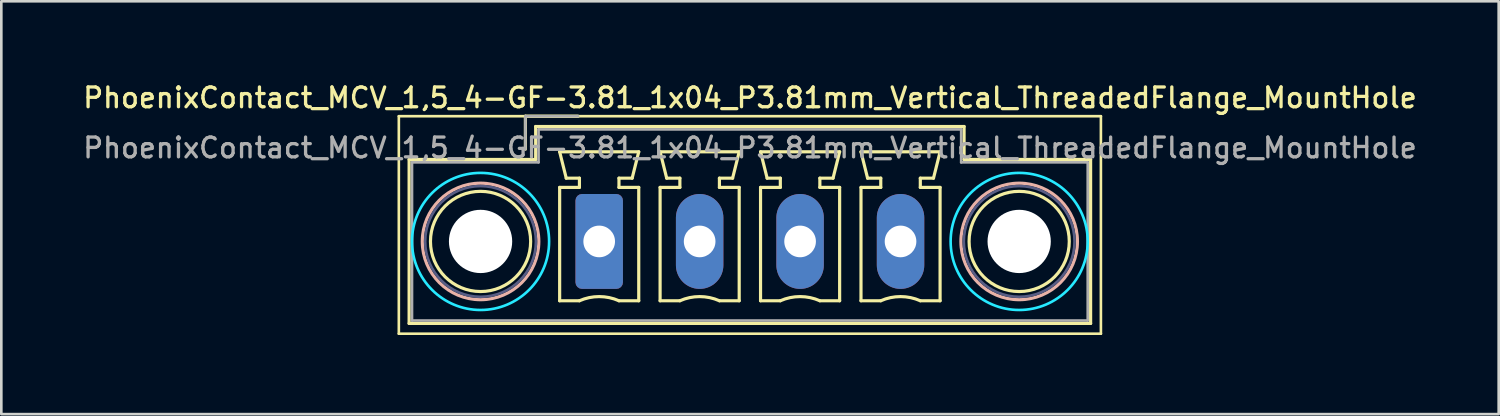
<source format=kicad_pcb>
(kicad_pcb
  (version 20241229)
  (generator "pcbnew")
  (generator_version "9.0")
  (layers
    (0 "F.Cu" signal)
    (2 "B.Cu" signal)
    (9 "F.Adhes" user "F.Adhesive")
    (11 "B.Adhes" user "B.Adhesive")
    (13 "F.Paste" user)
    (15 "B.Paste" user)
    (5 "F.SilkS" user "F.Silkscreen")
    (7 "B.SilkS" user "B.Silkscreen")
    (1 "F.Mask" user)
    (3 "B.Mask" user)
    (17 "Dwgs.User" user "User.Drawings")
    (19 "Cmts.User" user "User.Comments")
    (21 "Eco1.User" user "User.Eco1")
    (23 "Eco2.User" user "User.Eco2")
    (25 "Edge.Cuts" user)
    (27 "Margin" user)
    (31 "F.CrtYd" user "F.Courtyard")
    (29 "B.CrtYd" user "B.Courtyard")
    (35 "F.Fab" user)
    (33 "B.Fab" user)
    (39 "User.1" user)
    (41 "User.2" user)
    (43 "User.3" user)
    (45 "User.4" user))
  (footprint "PhoenixContact_MCV_1,5_4-GF-3.81_1x04_P3.81mm_Vertical_ThreadedFlange_MountHole"
    (layer "F.Cu")
    (at 19.678 6.108)
    (property "Reference" "PhoenixContact_MCV_1,5_4-GF-3.81_1x04_P3.81mm_Vertical_ThreadedFlange_MountHole" (at 5.72 -5.45 0) (layer "F.SilkS") (effects (font (size 0.75 0.75) (thickness 0.125))))
    (attr through_hole)
    (fp_line (start -7.6 -4.75) (end -7.6 3.5) (stroke (width 0.1) (type solid)) (layer "F.SilkS"))
    (fp_line (start -7.6 3.5) (end 19.03 3.5) (stroke (width 0.1) (type solid)) (layer "F.SilkS"))
    (fp_line (start -7.21 -3.11) (end -7.21 3.11) (stroke (width 0.12) (type solid)) (layer "F.SilkS"))
    (fp_line (start -7.21 3.11) (end 18.64 3.11) (stroke (width 0.12) (type solid)) (layer "F.SilkS"))
    (fp_line (start -2.8 -4.75) (end -0.8 -4.75) (stroke (width 0.12) (type solid)) (layer "F.SilkS"))
    (fp_line (start -2.8 -3.5) (end -2.8 -4.75) (stroke (width 0.12) (type solid)) (layer "F.SilkS"))
    (fp_line (start -2.41 -4.36) (end -2.41 -3.11) (stroke (width 0.12) (type solid)) (layer "F.SilkS"))
    (fp_line (start -2.41 -3.11) (end -7.21 -3.11) (stroke (width 0.12) (type solid)) (layer "F.SilkS"))
    (fp_line (start -1.5 -3.4) (end 1.5 -3.4) (stroke (width 0.12) (type solid)) (layer "F.SilkS"))
    (fp_line (start -1.5 -2.05) (end -0.75 -2.05) (stroke (width 0.12) (type solid)) (layer "F.SilkS"))
    (fp_line (start -1.5 2.25) (end -1.5 -2.05) (stroke (width 0.12) (type solid)) (layer "F.SilkS"))
    (fp_line (start -1.25 -2.4) (end -1.5 -3.4) (stroke (width 0.12) (type solid)) (layer "F.SilkS"))
    (fp_line (start -0.75 -2.4) (end -1.25 -2.4) (stroke (width 0.12) (type solid)) (layer "F.SilkS"))
    (fp_line (start -0.75 -2.05) (end -0.75 -2.4) (stroke (width 0.12) (type solid)) (layer "F.SilkS"))
    (fp_line (start -0.75 2.25) (end -1.5 2.25) (stroke (width 0.12) (type solid)) (layer "F.SilkS"))
    (fp_line (start 0.75 -2.4) (end 0.75 -2.05) (stroke (width 0.12) (type solid)) (layer "F.SilkS"))
    (fp_line (start 0.75 -2.05) (end 1.5 -2.05) (stroke (width 0.12) (type solid)) (layer "F.SilkS"))
    (fp_line (start 1.25 -2.4) (end 0.75 -2.4) (stroke (width 0.12) (type solid)) (layer "F.SilkS"))
    (fp_line (start 1.5 -3.4) (end 1.25 -2.4) (stroke (width 0.12) (type solid)) (layer "F.SilkS"))
    (fp_line (start 1.5 -2.05) (end 1.5 2.25) (stroke (width 0.12) (type solid)) (layer "F.SilkS"))
    (fp_line (start 1.5 2.25) (end 0.75 2.25) (stroke (width 0.12) (type solid)) (layer "F.SilkS"))
    (fp_line (start 2.31 -3.4) (end 5.31 -3.4) (stroke (width 0.12) (type solid)) (layer "F.SilkS"))
    (fp_line (start 2.31 -2.05) (end 3.06 -2.05) (stroke (width 0.12) (type solid)) (layer "F.SilkS"))
    (fp_line (start 2.31 2.25) (end 2.31 -2.05) (stroke (width 0.12) (type solid)) (layer "F.SilkS"))
    (fp_line (start 2.56 -2.4) (end 2.31 -3.4) (stroke (width 0.12) (type solid)) (layer "F.SilkS"))
    (fp_line (start 3.06 -2.4) (end 2.56 -2.4) (stroke (width 0.12) (type solid)) (layer "F.SilkS"))
    (fp_line (start 3.06 -2.05) (end 3.06 -2.4) (stroke (width 0.12) (type solid)) (layer "F.SilkS"))
    (fp_line (start 3.06 2.25) (end 2.31 2.25) (stroke (width 0.12) (type solid)) (layer "F.SilkS"))
    (fp_line (start 4.56 -2.4) (end 4.56 -2.05) (stroke (width 0.12) (type solid)) (layer "F.SilkS"))
    (fp_line (start 4.56 -2.05) (end 5.31 -2.05) (stroke (width 0.12) (type solid)) (layer "F.SilkS"))
    (fp_line (start 5.06 -2.4) (end 4.56 -2.4) (stroke (width 0.12) (type solid)) (layer "F.SilkS"))
    (fp_line (start 5.31 -3.4) (end 5.06 -2.4) (stroke (width 0.12) (type solid)) (layer "F.SilkS"))
    (fp_line (start 5.31 -2.05) (end 5.31 2.25) (stroke (width 0.12) (type solid)) (layer "F.SilkS"))
    (fp_line (start 5.31 2.25) (end 4.56 2.25) (stroke (width 0.12) (type solid)) (layer "F.SilkS"))
    (fp_line (start 6.12 -3.4) (end 9.12 -3.4) (stroke (width 0.12) (type solid)) (layer "F.SilkS"))
    (fp_line (start 6.12 -2.05) (end 6.87 -2.05) (stroke (width 0.12) (type solid)) (layer "F.SilkS"))
    (fp_line (start 6.12 2.25) (end 6.12 -2.05) (stroke (width 0.12) (type solid)) (layer "F.SilkS"))
    (fp_line (start 6.37 -2.4) (end 6.12 -3.4) (stroke (width 0.12) (type solid)) (layer "F.SilkS"))
    (fp_line (start 6.87 -2.4) (end 6.37 -2.4) (stroke (width 0.12) (type solid)) (layer "F.SilkS"))
    (fp_line (start 6.87 -2.05) (end 6.87 -2.4) (stroke (width 0.12) (type solid)) (layer "F.SilkS"))
    (fp_line (start 6.87 2.25) (end 6.12 2.25) (stroke (width 0.12) (type solid)) (layer "F.SilkS"))
    (fp_line (start 8.37 -2.4) (end 8.37 -2.05) (stroke (width 0.12) (type solid)) (layer "F.SilkS"))
    (fp_line (start 8.37 -2.05) (end 9.12 -2.05) (stroke (width 0.12) (type solid)) (layer "F.SilkS"))
    (fp_line (start 8.87 -2.4) (end 8.37 -2.4) (stroke (width 0.12) (type solid)) (layer "F.SilkS"))
    (fp_line (start 9.12 -3.4) (end 8.87 -2.4) (stroke (width 0.12) (type solid)) (layer "F.SilkS"))
    (fp_line (start 9.12 -2.05) (end 9.12 2.25) (stroke (width 0.12) (type solid)) (layer "F.SilkS"))
    (fp_line (start 9.12 2.25) (end 8.37 2.25) (stroke (width 0.12) (type solid)) (layer "F.SilkS"))
    (fp_line (start 9.93 -3.4) (end 12.93 -3.4) (stroke (width 0.12) (type solid)) (layer "F.SilkS"))
    (fp_line (start 9.93 -2.05) (end 10.68 -2.05) (stroke (width 0.12) (type solid)) (layer "F.SilkS"))
    (fp_line (start 9.93 2.25) (end 9.93 -2.05) (stroke (width 0.12) (type solid)) (layer "F.SilkS"))
    (fp_line (start 10.18 -2.4) (end 9.93 -3.4) (stroke (width 0.12) (type solid)) (layer "F.SilkS"))
    (fp_line (start 10.68 -2.4) (end 10.18 -2.4) (stroke (width 0.12) (type solid)) (layer "F.SilkS"))
    (fp_line (start 10.68 -2.05) (end 10.68 -2.4) (stroke (width 0.12) (type solid)) (layer "F.SilkS"))
    (fp_line (start 10.68 2.25) (end 9.93 2.25) (stroke (width 0.12) (type solid)) (layer "F.SilkS"))
    (fp_line (start 12.18 -2.4) (end 12.18 -2.05) (stroke (width 0.12) (type solid)) (layer "F.SilkS"))
    (fp_line (start 12.18 -2.05) (end 12.93 -2.05) (stroke (width 0.12) (type solid)) (layer "F.SilkS"))
    (fp_line (start 12.68 -2.4) (end 12.18 -2.4) (stroke (width 0.12) (type solid)) (layer "F.SilkS"))
    (fp_line (start 12.93 -3.4) (end 12.68 -2.4) (stroke (width 0.12) (type solid)) (layer "F.SilkS"))
    (fp_line (start 12.93 -2.05) (end 12.93 2.25) (stroke (width 0.12) (type solid)) (layer "F.SilkS"))
    (fp_line (start 12.93 2.25) (end 12.18 2.25) (stroke (width 0.12) (type solid)) (layer "F.SilkS"))
    (fp_line (start 13.84 -4.36) (end -2.41 -4.36) (stroke (width 0.12) (type solid)) (layer "F.SilkS"))
    (fp_line (start 13.84 -3.11) (end 13.84 -4.36) (stroke (width 0.12) (type solid)) (layer "F.SilkS"))
    (fp_line (start 18.64 -3.11) (end 13.84 -3.11) (stroke (width 0.12) (type solid)) (layer "F.SilkS"))
    (fp_line (start 18.64 3.11) (end 18.64 -3.11) (stroke (width 0.12) (type solid)) (layer "F.SilkS"))
    (fp_line (start 19.03 -4.75) (end -7.6 -4.75) (stroke (width 0.1) (type solid)) (layer "F.SilkS"))
    (fp_line (start 19.03 3.5) (end 19.03 -4.75) (stroke (width 0.1) (type solid)) (layer "F.SilkS"))
    (fp_arc (start -0.75 2.25) (mid -0.000193 2.09191) (end 0.749647 2.249844) (stroke (width 0.12) (type solid)) (layer "F.SilkS"))
    (fp_arc (start 3.06 2.25) (mid 3.809807 2.09191) (end 4.559647 2.249844) (stroke (width 0.12) (type solid)) (layer "F.SilkS"))
    (fp_arc (start 6.87 2.25) (mid 7.619807 2.09191) (end 8.369647 2.249844) (stroke (width 0.12) (type solid)) (layer "F.SilkS"))
    (fp_arc (start 10.68 2.25) (mid 11.429807 2.09191) (end 12.179647 2.249844) (stroke (width 0.12) (type solid)) (layer "F.SilkS"))
    (fp_circle (center -4.5 0) (end -2.6 0) (stroke (width 0.12) (type solid)) (fill no) (layer "F.SilkS"))
    (fp_circle (center 15.93 0) (end 17.83 0) (stroke (width 0.12) (type solid)) (fill no) (layer "F.SilkS"))
    (fp_circle (center -4.5 0) (end -2.29 0) (stroke (width 0.12) (type solid)) (fill no) (layer "B.SilkS"))
    (fp_circle (center 15.93 0) (end 18.14 0) (stroke (width 0.12) (type solid)) (fill no) (layer "B.SilkS"))
    (fp_circle (center -4.5 0) (end -1.9 0) (stroke (width 0.1) (type solid)) (fill no) (layer "B.CrtYd"))
    (fp_circle (center 15.93 0) (end 18.53 0) (stroke (width 0.1) (type solid)) (fill no) (layer "B.CrtYd"))
    (fp_circle (center -4.5 0) (end -2.4 0) (stroke (width 0.1) (type solid)) (fill no) (layer "B.Fab"))
    (fp_circle (center 15.93 0) (end 18.03 0) (stroke (width 0.1) (type solid)) (fill no) (layer "B.Fab"))
    (fp_line (start -7.1 -3) (end -7.1 3) (stroke (width 0.1) (type solid)) (layer "F.Fab"))
    (fp_line (start -7.1 3) (end 18.53 3) (stroke (width 0.1) (type solid)) (layer "F.Fab"))
    (fp_line (start -2.8 -4.75) (end -0.8 -4.75) (stroke (width 0.1) (type solid)) (layer "F.Fab"))
    (fp_line (start -2.8 -3.5) (end -2.8 -4.75) (stroke (width 0.1) (type solid)) (layer "F.Fab"))
    (fp_line (start -2.3 -4.25) (end -2.3 -3) (stroke (width 0.1) (type solid)) (layer "F.Fab"))
    (fp_line (start -2.3 -3) (end -7.1 -3) (stroke (width 0.1) (type solid)) (layer "F.Fab"))
    (fp_line (start 13.73 -4.25) (end -2.3 -4.25) (stroke (width 0.1) (type solid)) (layer "F.Fab"))
    (fp_line (start 13.73 -3) (end 13.73 -4.25) (stroke (width 0.1) (type solid)) (layer "F.Fab"))
    (fp_line (start 18.53 -3) (end 13.73 -3) (stroke (width 0.1) (type solid)) (layer "F.Fab"))
    (fp_line (start 18.53 3) (end 18.53 -3) (stroke (width 0.1) (type solid)) (layer "F.Fab"))
    (fp_text user "${REFERENCE}" (at 5.72 -3.55 0) (layer "F.Fab") (effects (font (size 0.75 0.75) (thickness 0.125))))
    (pad "" np_thru_hole circle (at -4.5 0) (size 2.4 2.4) (drill 2.4) (layers "*.Cu" "*.Mask"))
    (pad "" np_thru_hole circle (at 15.93 0) (size 2.4 2.4) (drill 2.4) (layers "*.Cu" "*.Mask"))
    (pad "1" thru_hole roundrect (at 0 0) (size 1.8 3.6) (drill 1.2) (layers "*.Cu" "*.Mask") (roundrect_rratio 0.139))
    (pad "2" thru_hole oval (at 3.81 0) (size 1.8 3.6) (drill 1.2) (layers "*.Cu" "*.Mask"))
    (pad "3" thru_hole oval (at 7.62 0) (size 1.8 3.6) (drill 1.2) (layers "*.Cu" "*.Mask"))
    (pad "4" thru_hole oval (at 11.43 0) (size 1.8 3.6) (drill 1.2) (layers "*.Cu" "*.Mask")))
  (gr_rect
    (start -3 -3)
    (end 53.796 12.658)
    (stroke (width 0.1) (type default))
    (fill no)
    (layer "Edge.Cuts")))
</source>
